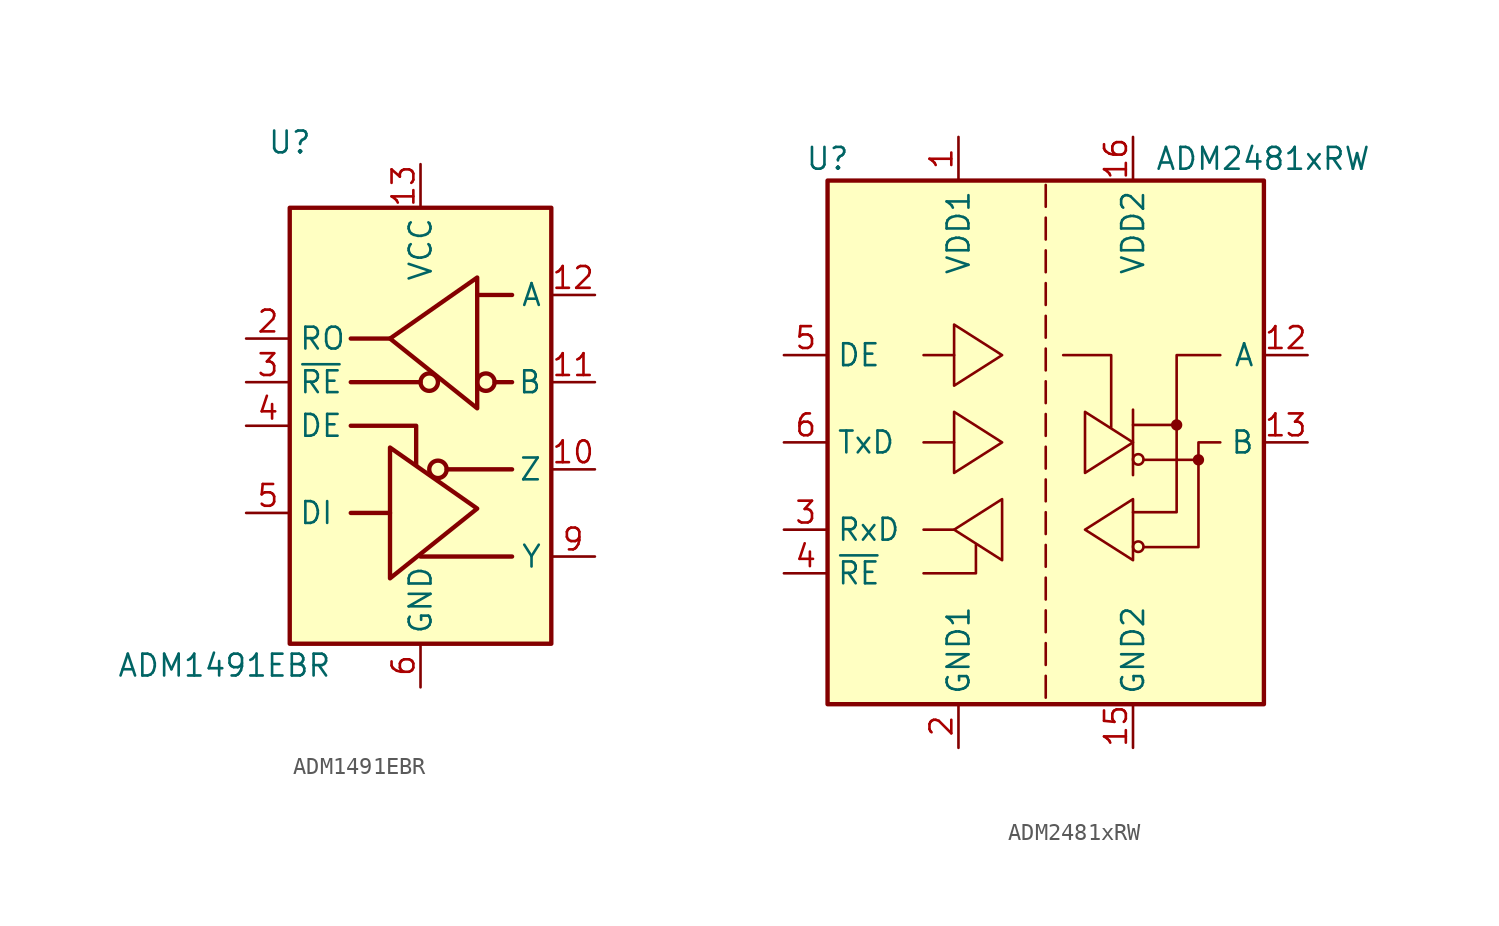
<source format=kicad_sym>
(kicad_symbol_lib
  (version 20220914)
  (generator kicad_symbol_editor)
  (symbol "ADM1491EBR"
    (property "Reference" "U"
      (at -7.62 16.51 0)
      (effects (font (size 1.27 1.27))))
    (property "Value" "ADM1491EBR"
      (at -11.43 -13.97 0)
      (effects (font (size 1.27 1.27))))
    (symbol "ADM1491EBR_0_1"
      (rectangle (start -7.62 12.7) (end 7.62 -12.7) (stroke (width 0.254) (type default)) (fill (type background)))
      (polyline (pts (xy -4.064 2.54) (xy 0 2.54)) (stroke (width 0.254) (type default)) (fill (type none)))
      (polyline (pts (xy -1.778 -5.08) (xy -4.064 -5.08)) (stroke (width 0.254) (type default)) (fill (type none)))
      (polyline (pts (xy -1.778 5.08) (xy -4.064 5.08)) (stroke (width 0.254) (type default)) (fill (type none)))
      (polyline (pts (xy 0 -7.62) (xy 5.334 -7.62)) (stroke (width 0.254) (type default)) (fill (type none)))
      (polyline (pts (xy 1.524 -2.54) (xy 5.334 -2.54)) (stroke (width 0.254) (type default)) (fill (type none)))
      (polyline (pts (xy 3.302 7.62) (xy 5.334 7.62)) (stroke (width 0.254) (type default)) (fill (type none)))
      (polyline (pts (xy 4.318 2.54) (xy 5.334 2.54)) (stroke (width 0.254) (type default)) (fill (type none)))
      (polyline (pts (xy -4.064 0) (xy -0.254 0) (xy -0.254 -2.286)) (stroke (width 0.254) (type default)) (fill (type none)))
      (polyline (pts (xy -1.778 -5.08) (xy -1.778 -1.27) (xy 3.302 -4.826) (xy -1.778 -8.89) (xy -1.778 -5.08)) (stroke (width 0.254) (type default)) (fill (type none)))
      (circle (center 1.016 -2.54) (radius 0.508) (stroke (width 0.254) (type default)) (fill (type none))))
    (symbol "ADM1491EBR_1_1"
      (polyline (pts (xy 3.302 4.826) (xy 3.302 8.636) (xy -1.778 5.08) (xy 3.302 1.016) (xy 3.302 4.826)) (stroke (width 0.254) (type default)) (fill (type none)))
      (circle (center 0.508 2.54) (radius 0.508) (stroke (width 0.254) (type default)) (fill (type none)))
      (circle (center 3.81 2.54) (radius 0.508) (stroke (width 0.254) (type default)) (fill (type none)))
      (pin no_connect line (at -7.62 -10.16 0) (length 2.54) hide (name "NC" (effects (font (size 1.27 1.27)))) (number "1" (effects (font (size 1.27 1.27)))))
      (pin output line (at 10.16 -2.54 180) (length 2.54) (name "Z" (effects (font (size 1.27 1.27)))) (number "10" (effects (font (size 1.27 1.27)))))
      (pin input line (at 10.16 2.54 180) (length 2.54) (name "B" (effects (font (size 1.27 1.27)))) (number "11" (effects (font (size 1.27 1.27)))))
      (pin input line (at 10.16 7.62 180) (length 2.54) (name "A" (effects (font (size 1.27 1.27)))) (number "12" (effects (font (size 1.27 1.27)))))
      (pin power_in line (at 0 15.24 270) (length 2.54) (name "VCC" (effects (font (size 1.27 1.27)))) (number "13" (effects (font (size 1.27 1.27)))))
      (pin passive line (at 0 15.24 270) (length 2.54) hide (name "VCC" (effects (font (size 1.27 1.27)))) (number "14" (effects (font (size 1.27 1.27)))))
      (pin output line (at -10.16 5.08 0) (length 2.54) (name "RO" (effects (font (size 1.27 1.27)))) (number "2" (effects (font (size 1.27 1.27)))))
      (pin input line (at -10.16 2.54 0) (length 2.54) (name "~{RE}" (effects (font (size 1.27 1.27)))) (number "3" (effects (font (size 1.27 1.27)))))
      (pin input line (at -10.16 0 0) (length 2.54) (name "DE" (effects (font (size 1.27 1.27)))) (number "4" (effects (font (size 1.27 1.27)))))
      (pin input line (at -10.16 -5.08 0) (length 2.54) (name "DI" (effects (font (size 1.27 1.27)))) (number "5" (effects (font (size 1.27 1.27)))))
      (pin power_in line (at 0 -15.24 90) (length 2.54) (name "GND" (effects (font (size 1.27 1.27)))) (number "6" (effects (font (size 1.27 1.27)))))
      (pin passive line (at 0 -15.24 90) (length 2.54) hide (name "GND" (effects (font (size 1.27 1.27)))) (number "7" (effects (font (size 1.27 1.27)))))
      (pin no_connect line (at -7.62 -7.62 0) (length 2.54) hide (name "NC" (effects (font (size 1.27 1.27)))) (number "8" (effects (font (size 1.27 1.27)))))
      (pin output line (at 10.16 -7.62 180) (length 2.54) (name "Y" (effects (font (size 1.27 1.27)))) (number "9" (effects (font (size 1.27 1.27)))))))
  (symbol "ADM2481xRW"
    (property "Reference" "U"
      (at -12.7 16.51 0)
      (effects (font (size 1.27 1.27))))
    (property "Value" "ADM2481xRW"
      (at 6.35 16.51 0)
      (effects (font (size 1.27 1.27)) (justify left)))
    (symbol "ADM2481xRW_0_0"
      (polyline (pts (xy 0 -13.589) (xy 0 -14.859)) (stroke (width 0) (type default)) (fill (type none)))
      (polyline (pts (xy 0 -11.684) (xy 0 -12.954)) (stroke (width 0) (type default)) (fill (type none)))
      (polyline (pts (xy 0 -9.779) (xy 0 -11.049)) (stroke (width 0) (type default)) (fill (type none)))
      (polyline (pts (xy 0 -7.874) (xy 0 -9.144)) (stroke (width 0) (type default)) (fill (type none)))
      (polyline (pts (xy 0 -5.969) (xy 0 -7.239)) (stroke (width 0) (type default)) (fill (type none)))
      (polyline (pts (xy 0 -4.064) (xy 0 -5.334)) (stroke (width 0) (type default)) (fill (type none)))
      (polyline (pts (xy 0 -2.159) (xy 0 -3.429)) (stroke (width 0) (type default)) (fill (type none)))
      (polyline (pts (xy 0 -0.254) (xy 0 -1.524)) (stroke (width 0) (type default)) (fill (type none)))
      (polyline (pts (xy 0 1.651) (xy 0 0.381)) (stroke (width 0) (type default)) (fill (type none)))
      (polyline (pts (xy 0 3.556) (xy 0 2.286)) (stroke (width 0) (type default)) (fill (type none)))
      (polyline (pts (xy 0 5.461) (xy 0 4.191)) (stroke (width 0) (type default)) (fill (type none)))
      (polyline (pts (xy 0 7.366) (xy 0 6.096)) (stroke (width 0) (type default)) (fill (type none)))
      (polyline (pts (xy 0 9.271) (xy 0 8.001)) (stroke (width 0) (type default)) (fill (type none)))
      (polyline (pts (xy 0 11.176) (xy 0 9.906)) (stroke (width 0) (type default)) (fill (type none)))
      (polyline (pts (xy 0 13.081) (xy 0 11.811)) (stroke (width 0) (type default)) (fill (type none)))
      (polyline (pts (xy 0 14.986) (xy 0 13.716)) (stroke (width 0) (type default)) (fill (type none))))
    (symbol "ADM2481xRW_0_1"
      (rectangle (start -12.7 15.24) (end 12.7 -15.24) (stroke (width 0.254) (type default)) (fill (type background)))
      (polyline (pts (xy -5.334 -5.08) (xy -7.112 -5.08)) (stroke (width 0) (type default)) (fill (type none)))
      (polyline (pts (xy -5.334 0) (xy -7.112 0)) (stroke (width 0) (type default)) (fill (type none)))
      (polyline (pts (xy -5.334 5.08) (xy -7.112 5.08)) (stroke (width 0) (type default)) (fill (type none)))
      (polyline (pts (xy 5.08 1.016) (xy 7.62 1.016)) (stroke (width 0) (type default)) (fill (type none)))
      (polyline (pts (xy 5.08 1.905) (xy 5.08 -1.905)) (stroke (width 0) (type default)) (fill (type none)))
      (polyline (pts (xy 5.715 -1.016) (xy 8.89 -1.016)) (stroke (width 0) (type default)) (fill (type none)))
      (polyline (pts (xy -7.112 -7.62) (xy -4.064 -7.62) (xy -4.064 -5.969)) (stroke (width 0) (type default)) (fill (type none)))
      (polyline (pts (xy 1.016 5.08) (xy 3.81 5.08) (xy 3.81 0.889)) (stroke (width 0) (type default)) (fill (type none)))
      (polyline (pts (xy -5.334 -5.08) (xy -2.54 -3.302) (xy -2.54 -6.858) (xy -5.334 -5.08)) (stroke (width 0) (type default)) (fill (type none)))
      (polyline (pts (xy -2.54 0) (xy -5.334 1.778) (xy -5.334 -1.778) (xy -2.54 0)) (stroke (width 0) (type default)) (fill (type none)))
      (polyline (pts (xy -2.54 5.08) (xy -5.334 6.858) (xy -5.334 3.302) (xy -2.54 5.08)) (stroke (width 0) (type default)) (fill (type none)))
      (polyline (pts (xy 2.286 -5.08) (xy 5.08 -3.302) (xy 5.08 -6.858) (xy 2.286 -5.08)) (stroke (width 0) (type default)) (fill (type none)))
      (polyline (pts (xy 5.08 -4.064) (xy 7.62 -4.064) (xy 7.62 5.08) (xy 10.16 5.08)) (stroke (width 0) (type default)) (fill (type none)))
      (polyline (pts (xy 5.08 0) (xy 2.286 1.778) (xy 2.286 -1.778) (xy 5.08 0)) (stroke (width 0) (type default)) (fill (type none)))
      (polyline (pts (xy 5.715 -6.096) (xy 8.89 -6.096) (xy 8.89 0) (xy 10.16 0)) (stroke (width 0) (type default)) (fill (type none)))
      (circle (center 5.385 -6.071) (radius 0.305) (stroke (width 0) (type default)) (fill (type none)))
      (circle (center 5.385 -0.991) (radius 0.305) (stroke (width 0) (type default)) (fill (type none)))
      (circle (center 7.62 1.016) (radius 0.254) (stroke (width 0) (type default)) (fill (type outline)))
      (circle (center 8.89 -1.016) (radius 0.254) (stroke (width 0) (type default)) (fill (type outline))))
    (symbol "ADM2481xRW_1_1"
      (pin power_in line (at -5.08 17.78 270) (length 2.54) (name "VDD1" (effects (font (size 1.27 1.27)))) (number "1" (effects (font (size 1.27 1.27)))))
      (pin passive line (at 5.08 -17.78 90) (length 2.54) hide (name "GND2" (effects (font (size 1.27 1.27)))) (number "10" (effects (font (size 1.27 1.27)))))
      (pin no_connect line (at 12.7 -7.62 180) (length 2.54) hide (name "NC" (effects (font (size 1.27 1.27)))) (number "11" (effects (font (size 1.27 1.27)))))
      (pin bidirectional line (at 15.24 5.08 180) (length 2.54) (name "A" (effects (font (size 1.27 1.27)))) (number "12" (effects (font (size 1.27 1.27)))))
      (pin bidirectional line (at 15.24 0 180) (length 2.54) (name "B" (effects (font (size 1.27 1.27)))) (number "13" (effects (font (size 1.27 1.27)))))
      (pin no_connect line (at 12.7 7.62 180) (length 2.54) hide (name "NC" (effects (font (size 1.27 1.27)))) (number "14" (effects (font (size 1.27 1.27)))))
      (pin power_in line (at 5.08 -17.78 90) (length 2.54) (name "GND2" (effects (font (size 1.27 1.27)))) (number "15" (effects (font (size 1.27 1.27)))))
      (pin power_in line (at 5.08 17.78 270) (length 2.54) (name "VDD2" (effects (font (size 1.27 1.27)))) (number "16" (effects (font (size 1.27 1.27)))))
      (pin power_in line (at -5.08 -17.78 90) (length 2.54) (name "GND1" (effects (font (size 1.27 1.27)))) (number "2" (effects (font (size 1.27 1.27)))))
      (pin output line (at -15.24 -5.08 0) (length 2.54) (name "RxD" (effects (font (size 1.27 1.27)))) (number "3" (effects (font (size 1.27 1.27)))))
      (pin input line (at -15.24 -7.62 0) (length 2.54) (name "~{RE}" (effects (font (size 1.27 1.27)))) (number "4" (effects (font (size 1.27 1.27)))))
      (pin input line (at -15.24 5.08 0) (length 2.54) (name "DE" (effects (font (size 1.27 1.27)))) (number "5" (effects (font (size 1.27 1.27)))))
      (pin input line (at -15.24 0 0) (length 2.54) (name "TxD" (effects (font (size 1.27 1.27)))) (number "6" (effects (font (size 1.27 1.27)))))
      (pin passive line (at -5.08 -17.78 90) (length 2.54) hide (name "GND1" (effects (font (size 1.27 1.27)))) (number "7" (effects (font (size 1.27 1.27)))))
      (pin passive line (at -5.08 -17.78 90) (length 2.54) hide (name "GND1" (effects (font (size 1.27 1.27)))) (number "8" (effects (font (size 1.27 1.27)))))
      (pin passive line (at 5.08 -17.78 90) (length 2.54) hide (name "GND2" (effects (font (size 1.27 1.27)))) (number "9" (effects (font (size 1.27 1.27))))))))
</source>
